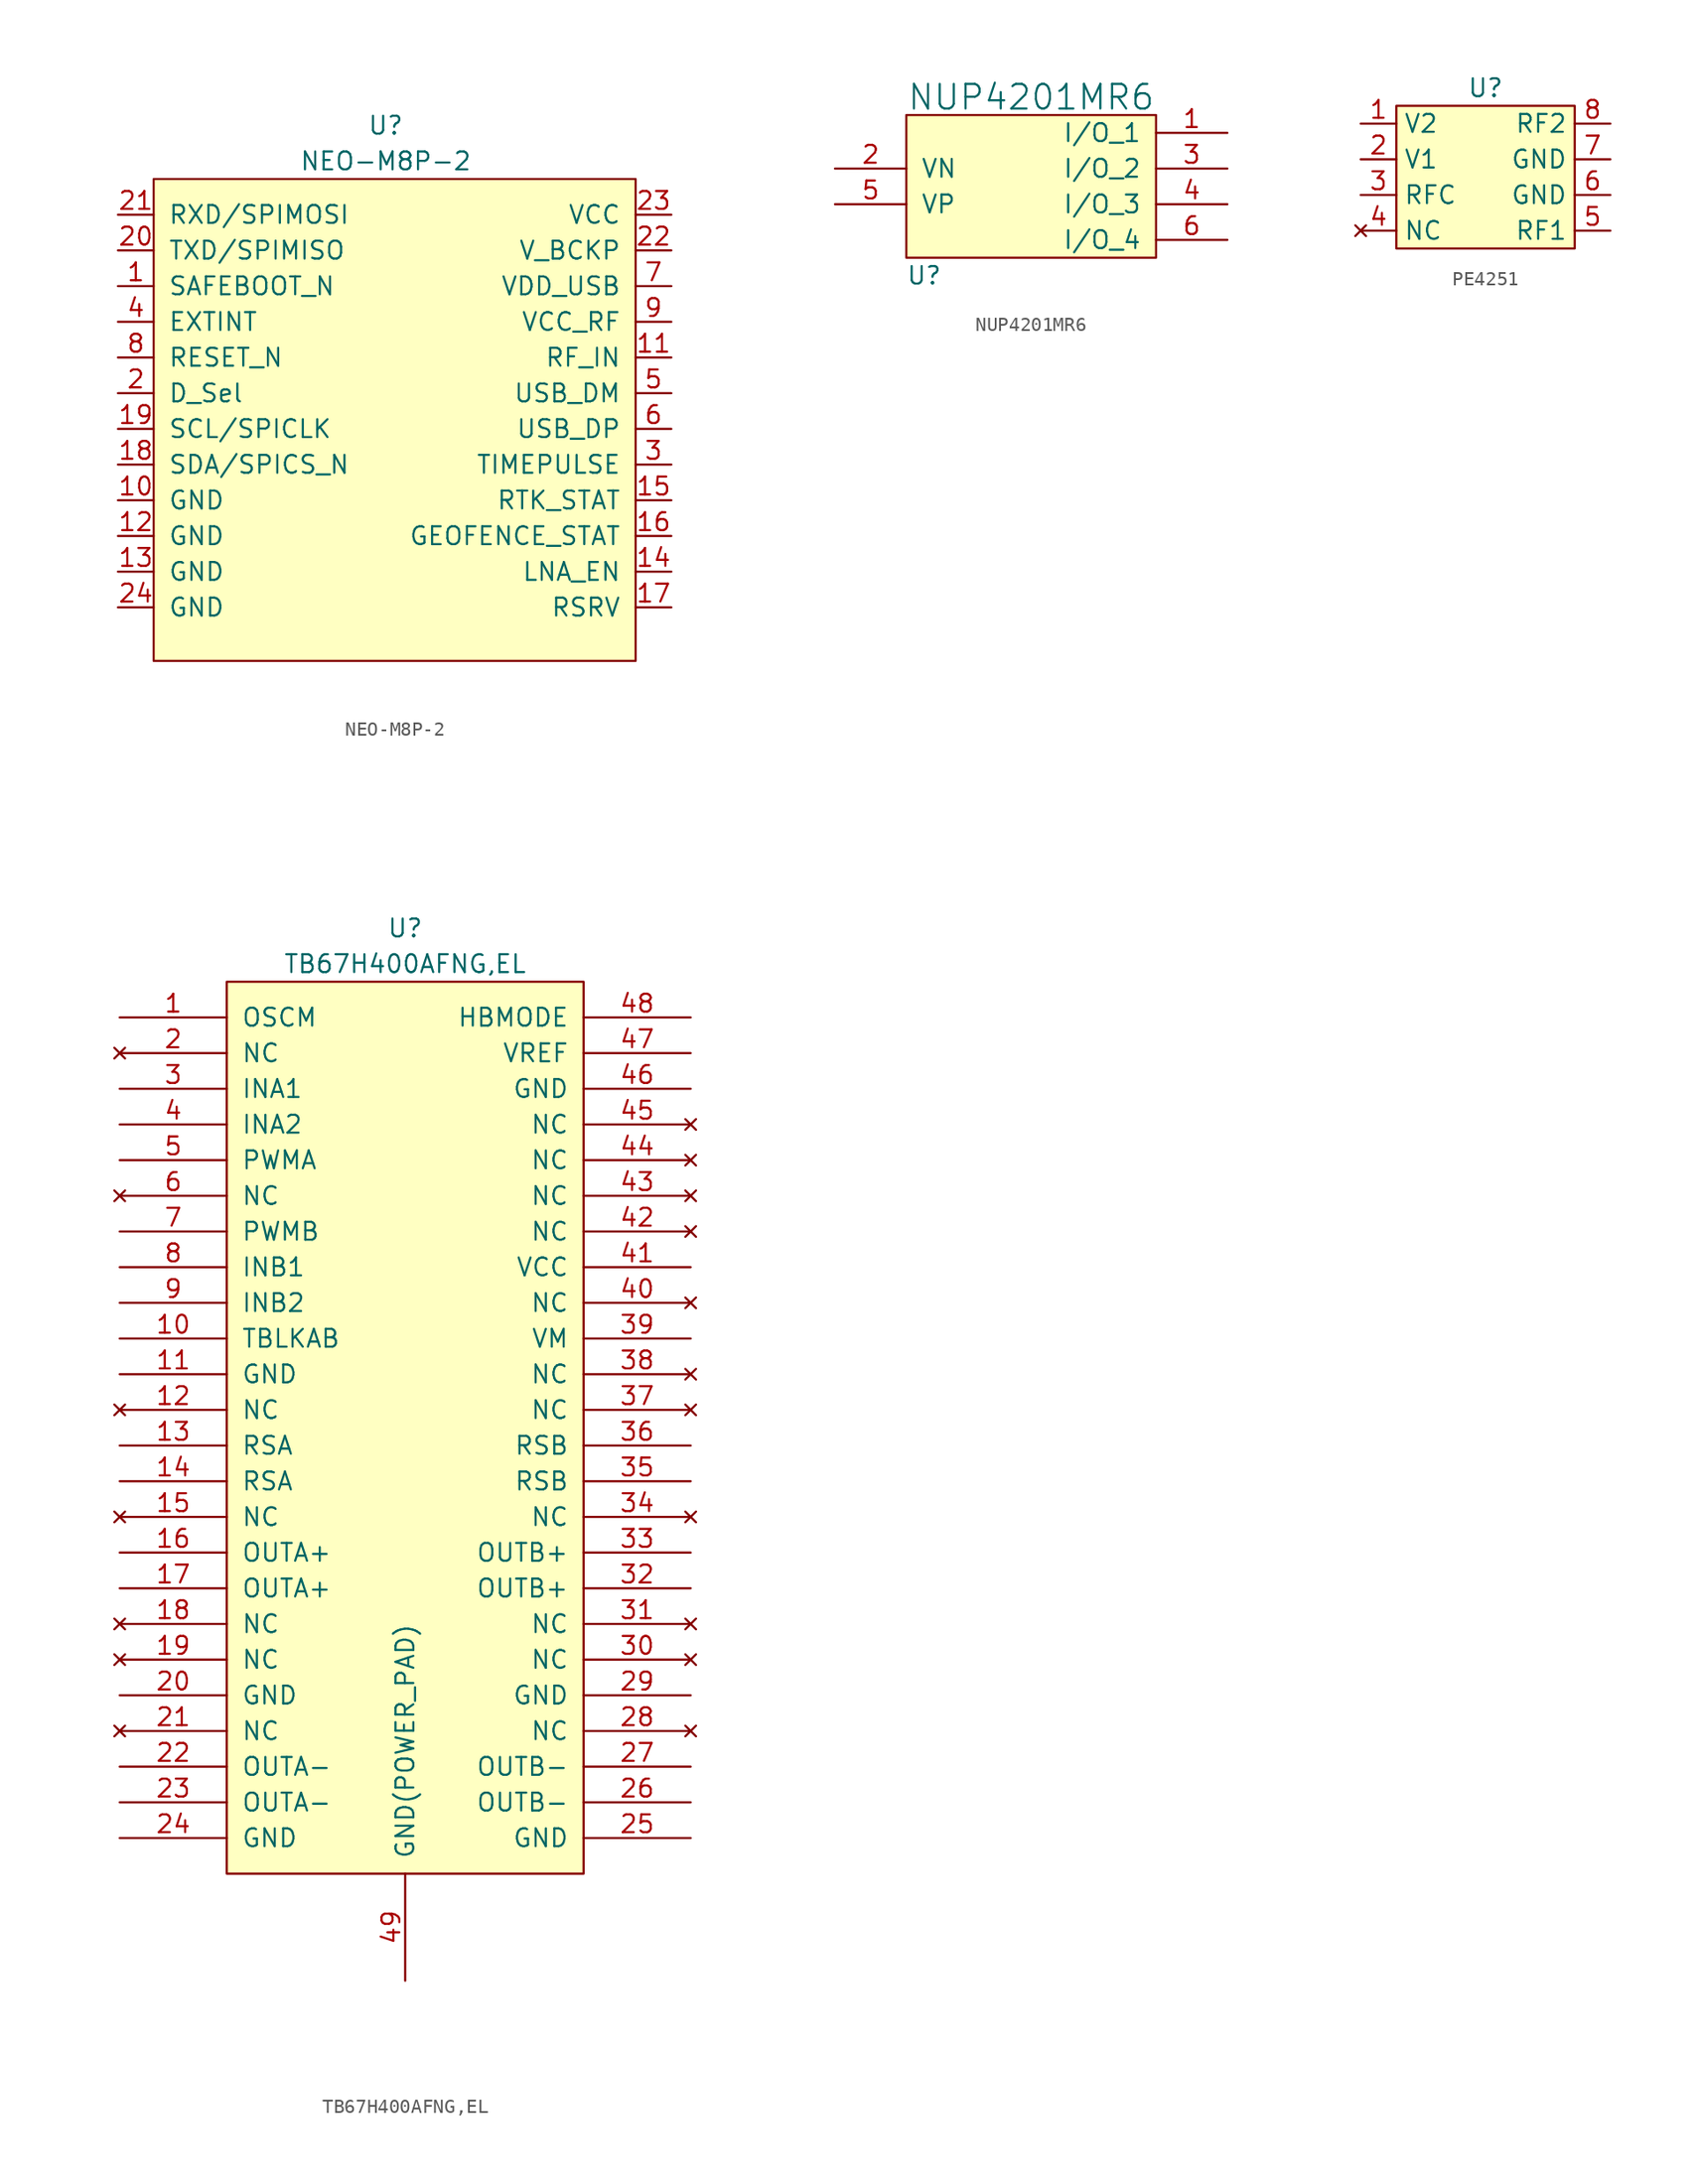
<source format=kicad_sym>
(kicad_symbol_lib
  (version 20220914)
  (generator kicad_symbol_editor)
  (symbol "NEO-M8P-2"
    (pin_names
      (offset 1.016))
    (property "Reference" "U"
      (at -1.27 19.05 0)
      (effects (font (size 1.27 1.27))))
    (property "Value" "NEO-M8P-2"
      (at -1.27 16.51 0)
      (effects (font (size 1.27 1.27))))
    (symbol "NEO-M8P-2_0_1"
      (rectangle (start -17.78 15.24) (end 16.51 -19.05) (stroke (width 0) (type default)) (fill (type background))))
    (symbol "NEO-M8P-2_1_1"
      (pin input line (at -20.32 7.62 0) (length 2.54) (name "SAFEBOOT_N" (effects (font (size 1.27 1.27)))) (number "1" (effects (font (size 1.27 1.27)))))
      (pin input line (at -20.32 -7.62 0) (length 2.54) (name "GND" (effects (font (size 1.27 1.27)))) (number "10" (effects (font (size 1.27 1.27)))))
      (pin input line (at 19.05 2.54 180) (length 2.54) (name "RF_IN" (effects (font (size 1.27 1.27)))) (number "11" (effects (font (size 1.27 1.27)))))
      (pin input line (at -20.32 -10.16 0) (length 2.54) (name "GND" (effects (font (size 1.27 1.27)))) (number "12" (effects (font (size 1.27 1.27)))))
      (pin input line (at -20.32 -12.7 0) (length 2.54) (name "GND" (effects (font (size 1.27 1.27)))) (number "13" (effects (font (size 1.27 1.27)))))
      (pin output line (at 19.05 -12.7 180) (length 2.54) (name "LNA_EN" (effects (font (size 1.27 1.27)))) (number "14" (effects (font (size 1.27 1.27)))))
      (pin output line (at 19.05 -7.62 180) (length 2.54) (name "RTK_STAT" (effects (font (size 1.27 1.27)))) (number "15" (effects (font (size 1.27 1.27)))))
      (pin output line (at 19.05 -10.16 180) (length 2.54) (name "GEOFENCE_STAT" (effects (font (size 1.27 1.27)))) (number "16" (effects (font (size 1.27 1.27)))))
      (pin passive line (at 19.05 -15.24 180) (length 2.54) (name "RSRV" (effects (font (size 1.27 1.27)))) (number "17" (effects (font (size 1.27 1.27)))))
      (pin input line (at -20.32 -5.08 0) (length 2.54) (name "SDA/SPICS_N" (effects (font (size 1.27 1.27)))) (number "18" (effects (font (size 1.27 1.27)))))
      (pin input line (at -20.32 -2.54 0) (length 2.54) (name "SCL/SPICLK" (effects (font (size 1.27 1.27)))) (number "19" (effects (font (size 1.27 1.27)))))
      (pin input line (at -20.32 0 0) (length 2.54) (name "D_Sel" (effects (font (size 1.27 1.27)))) (number "2" (effects (font (size 1.27 1.27)))))
      (pin input line (at -20.32 10.16 0) (length 2.54) (name "TXD/SPIMISO" (effects (font (size 1.27 1.27)))) (number "20" (effects (font (size 1.27 1.27)))))
      (pin input line (at -20.32 12.7 0) (length 2.54) (name "RXD/SPIMOSI" (effects (font (size 1.27 1.27)))) (number "21" (effects (font (size 1.27 1.27)))))
      (pin input line (at 19.05 10.16 180) (length 2.54) (name "V_BCKP" (effects (font (size 1.27 1.27)))) (number "22" (effects (font (size 1.27 1.27)))))
      (pin input line (at 19.05 12.7 180) (length 2.54) (name "VCC" (effects (font (size 1.27 1.27)))) (number "23" (effects (font (size 1.27 1.27)))))
      (pin input line (at -20.32 -15.24 0) (length 2.54) (name "GND" (effects (font (size 1.27 1.27)))) (number "24" (effects (font (size 1.27 1.27)))))
      (pin output line (at 19.05 -5.08 180) (length 2.54) (name "TIMEPULSE" (effects (font (size 1.27 1.27)))) (number "3" (effects (font (size 1.27 1.27)))))
      (pin input line (at -20.32 5.08 0) (length 2.54) (name "EXTINT" (effects (font (size 1.27 1.27)))) (number "4" (effects (font (size 1.27 1.27)))))
      (pin bidirectional line (at 19.05 0 180) (length 2.54) (name "USB_DM" (effects (font (size 1.27 1.27)))) (number "5" (effects (font (size 1.27 1.27)))))
      (pin bidirectional line (at 19.05 -2.54 180) (length 2.54) (name "USB_DP" (effects (font (size 1.27 1.27)))) (number "6" (effects (font (size 1.27 1.27)))))
      (pin input line (at 19.05 7.62 180) (length 2.54) (name "VDD_USB" (effects (font (size 1.27 1.27)))) (number "7" (effects (font (size 1.27 1.27)))))
      (pin input line (at -20.32 2.54 0) (length 2.54) (name "RESET_N" (effects (font (size 1.27 1.27)))) (number "8" (effects (font (size 1.27 1.27)))))
      (pin output line (at 19.05 5.08 180) (length 2.54) (name "VCC_RF" (effects (font (size 1.27 1.27)))) (number "9" (effects (font (size 1.27 1.27)))))))
  (symbol "NUP4201MR6"
    (pin_names
      (offset 1.016))
    (property "Reference" "U"
      (at 1.27 -1.27 0)
      (effects (font (size 1.245 1.245))))
    (property "Value" "NUP4201MR6"
      (at 8.89 11.43 0)
      (effects (font (size 1.753 1.753))))
    (symbol "NUP4201MR6_0_1"
      (rectangle (start 0 10.16) (end 17.78 0) (stroke (width 0) (type default)) (fill (type background))))
    (symbol "NUP4201MR6_1_1"
      (pin input line (at 22.86 8.89 180) (length 5.08) (name "I/O_1" (effects (font (size 1.27 1.27)))) (number "1" (effects (font (size 1.27 1.27)))))
      (pin input line (at -5.08 6.35 0) (length 5.08) (name "VN" (effects (font (size 1.27 1.27)))) (number "2" (effects (font (size 1.27 1.27)))))
      (pin input line (at 22.86 6.35 180) (length 5.08) (name "I/O_2" (effects (font (size 1.27 1.27)))) (number "3" (effects (font (size 1.27 1.27)))))
      (pin input line (at 22.86 3.81 180) (length 5.08) (name "I/O_3" (effects (font (size 1.27 1.27)))) (number "4" (effects (font (size 1.27 1.27)))))
      (pin input line (at -5.08 3.81 0) (length 5.08) (name "VP" (effects (font (size 1.27 1.27)))) (number "5" (effects (font (size 1.27 1.27)))))
      (pin input line (at 22.86 1.27 180) (length 5.08) (name "I/O_4" (effects (font (size 1.27 1.27)))) (number "6" (effects (font (size 1.27 1.27)))))))
  (symbol "PE4251"
    (property "Reference" "U"
      (at 0 6.35 0)
      (effects (font (size 1.27 1.27))))
    (property "Value" ""
      (at 0 0 0)
      (effects (font (size 1.27 1.27))))
    (symbol "PE4251_1_1"
      (rectangle (start -6.35 5.08) (end 6.35 -5.08) (stroke (width 0) (type default)) (fill (type background)))
      (pin power_in line (at -8.89 3.81 0) (length 2.54) (name "V2" (effects (font (size 1.27 1.27)))) (number "1" (effects (font (size 1.27 1.27)))))
      (pin power_in line (at -8.89 1.27 0) (length 2.54) (name "V1" (effects (font (size 1.27 1.27)))) (number "2" (effects (font (size 1.27 1.27)))))
      (pin output line (at -8.89 -1.27 0) (length 2.54) (name "RFC" (effects (font (size 1.27 1.27)))) (number "3" (effects (font (size 1.27 1.27)))))
      (pin no_connect line (at -8.89 -3.81 0) (length 2.54) (name "NC" (effects (font (size 1.27 1.27)))) (number "4" (effects (font (size 1.27 1.27)))))
      (pin input line (at 8.89 -3.81 180) (length 2.54) (name "RF1" (effects (font (size 1.27 1.27)))) (number "5" (effects (font (size 1.27 1.27)))))
      (pin power_in line (at 8.89 -1.27 180) (length 2.54) (name "GND" (effects (font (size 1.27 1.27)))) (number "6" (effects (font (size 1.27 1.27)))))
      (pin power_in line (at 8.89 1.27 180) (length 2.54) (name "GND" (effects (font (size 1.27 1.27)))) (number "7" (effects (font (size 1.27 1.27)))))
      (pin power_in line (at 8.89 3.81 180) (length 2.54) (name "RF2" (effects (font (size 1.27 1.27)))) (number "8" (effects (font (size 1.27 1.27)))))))
  (symbol "TB67H400AFNG,EL"
    (pin_names
      (offset 1.016))
    (property "Reference" "U"
      (at 0 40.64 0)
      (effects (font (size 1.27 1.27))))
    (property "Value" "TB67H400AFNG,EL"
      (at 0 38.1 0)
      (effects (font (size 1.27 1.27))))
    (symbol "TB67H400AFNG,EL_0_1"
      (rectangle (start -12.7 36.83) (end 12.7 -26.67) (stroke (width 0) (type default)) (fill (type background))))
    (symbol "TB67H400AFNG,EL_1_1"
      (pin input line (at -20.32 34.29 0) (length 7.62) (name "OSCM" (effects (font (size 1.27 1.27)))) (number "1" (effects (font (size 1.27 1.27)))))
      (pin input line (at -20.32 11.43 0) (length 7.62) (name "TBLKAB" (effects (font (size 1.27 1.27)))) (number "10" (effects (font (size 1.27 1.27)))))
      (pin power_in line (at -20.32 8.89 0) (length 7.62) (name "GND" (effects (font (size 1.27 1.27)))) (number "11" (effects (font (size 1.27 1.27)))))
      (pin no_connect line (at -20.32 6.35 0) (length 7.62) (name "NC" (effects (font (size 1.27 1.27)))) (number "12" (effects (font (size 1.27 1.27)))))
      (pin output line (at -20.32 3.81 0) (length 7.62) (name "RSA" (effects (font (size 1.27 1.27)))) (number "13" (effects (font (size 1.27 1.27)))))
      (pin output line (at -20.32 1.27 0) (length 7.62) (name "RSA" (effects (font (size 1.27 1.27)))) (number "14" (effects (font (size 1.27 1.27)))))
      (pin no_connect line (at -20.32 -1.27 0) (length 7.62) (name "NC" (effects (font (size 1.27 1.27)))) (number "15" (effects (font (size 1.27 1.27)))))
      (pin power_out line (at -20.32 -3.81 0) (length 7.62) (name "OUTA+" (effects (font (size 1.27 1.27)))) (number "16" (effects (font (size 1.27 1.27)))))
      (pin power_out line (at -20.32 -6.35 0) (length 7.62) (name "OUTA+" (effects (font (size 1.27 1.27)))) (number "17" (effects (font (size 1.27 1.27)))))
      (pin no_connect line (at -20.32 -8.89 0) (length 7.62) (name "NC" (effects (font (size 1.27 1.27)))) (number "18" (effects (font (size 1.27 1.27)))))
      (pin no_connect line (at -20.32 -11.43 0) (length 7.62) (name "NC" (effects (font (size 1.27 1.27)))) (number "19" (effects (font (size 1.27 1.27)))))
      (pin no_connect line (at -20.32 31.75 0) (length 7.62) (name "NC" (effects (font (size 1.27 1.27)))) (number "2" (effects (font (size 1.27 1.27)))))
      (pin power_in line (at -20.32 -13.97 0) (length 7.62) (name "GND" (effects (font (size 1.27 1.27)))) (number "20" (effects (font (size 1.27 1.27)))))
      (pin no_connect line (at -20.32 -16.51 0) (length 7.62) (name "NC" (effects (font (size 1.27 1.27)))) (number "21" (effects (font (size 1.27 1.27)))))
      (pin power_out line (at -20.32 -19.05 0) (length 7.62) (name "OUTA-" (effects (font (size 1.27 1.27)))) (number "22" (effects (font (size 1.27 1.27)))))
      (pin power_out line (at -20.32 -21.59 0) (length 7.62) (name "OUTA-" (effects (font (size 1.27 1.27)))) (number "23" (effects (font (size 1.27 1.27)))))
      (pin power_in line (at -20.32 -24.13 0) (length 7.62) (name "GND" (effects (font (size 1.27 1.27)))) (number "24" (effects (font (size 1.27 1.27)))))
      (pin power_in line (at 20.32 -24.13 180) (length 7.62) (name "GND" (effects (font (size 1.27 1.27)))) (number "25" (effects (font (size 1.27 1.27)))))
      (pin power_out line (at 20.32 -21.59 180) (length 7.62) (name "OUTB-" (effects (font (size 1.27 1.27)))) (number "26" (effects (font (size 1.27 1.27)))))
      (pin power_out line (at 20.32 -19.05 180) (length 7.62) (name "OUTB-" (effects (font (size 1.27 1.27)))) (number "27" (effects (font (size 1.27 1.27)))))
      (pin no_connect line (at 20.32 -16.51 180) (length 7.62) (name "NC" (effects (font (size 1.27 1.27)))) (number "28" (effects (font (size 1.27 1.27)))))
      (pin power_in line (at 20.32 -13.97 180) (length 7.62) (name "GND" (effects (font (size 1.27 1.27)))) (number "29" (effects (font (size 1.27 1.27)))))
      (pin input line (at -20.32 29.21 0) (length 7.62) (name "INA1" (effects (font (size 1.27 1.27)))) (number "3" (effects (font (size 1.27 1.27)))))
      (pin no_connect line (at 20.32 -11.43 180) (length 7.62) (name "NC" (effects (font (size 1.27 1.27)))) (number "30" (effects (font (size 1.27 1.27)))))
      (pin no_connect line (at 20.32 -8.89 180) (length 7.62) (name "NC" (effects (font (size 1.27 1.27)))) (number "31" (effects (font (size 1.27 1.27)))))
      (pin power_out line (at 20.32 -6.35 180) (length 7.62) (name "OUTB+" (effects (font (size 1.27 1.27)))) (number "32" (effects (font (size 1.27 1.27)))))
      (pin power_out line (at 20.32 -3.81 180) (length 7.62) (name "OUTB+" (effects (font (size 1.27 1.27)))) (number "33" (effects (font (size 1.27 1.27)))))
      (pin no_connect line (at 20.32 -1.27 180) (length 7.62) (name "NC" (effects (font (size 1.27 1.27)))) (number "34" (effects (font (size 1.27 1.27)))))
      (pin output line (at 20.32 1.27 180) (length 7.62) (name "RSB" (effects (font (size 1.27 1.27)))) (number "35" (effects (font (size 1.27 1.27)))))
      (pin output line (at 20.32 3.81 180) (length 7.62) (name "RSB" (effects (font (size 1.27 1.27)))) (number "36" (effects (font (size 1.27 1.27)))))
      (pin no_connect line (at 20.32 6.35 180) (length 7.62) (name "NC" (effects (font (size 1.27 1.27)))) (number "37" (effects (font (size 1.27 1.27)))))
      (pin no_connect line (at 20.32 8.89 180) (length 7.62) (name "NC" (effects (font (size 1.27 1.27)))) (number "38" (effects (font (size 1.27 1.27)))))
      (pin power_out line (at 20.32 11.43 180) (length 7.62) (name "VM" (effects (font (size 1.27 1.27)))) (number "39" (effects (font (size 1.27 1.27)))))
      (pin input line (at -20.32 26.67 0) (length 7.62) (name "INA2" (effects (font (size 1.27 1.27)))) (number "4" (effects (font (size 1.27 1.27)))))
      (pin no_connect line (at 20.32 13.97 180) (length 7.62) (name "NC" (effects (font (size 1.27 1.27)))) (number "40" (effects (font (size 1.27 1.27)))))
      (pin power_in line (at 20.32 16.51 180) (length 7.62) (name "VCC" (effects (font (size 1.27 1.27)))) (number "41" (effects (font (size 1.27 1.27)))))
      (pin no_connect line (at 20.32 19.05 180) (length 7.62) (name "NC" (effects (font (size 1.27 1.27)))) (number "42" (effects (font (size 1.27 1.27)))))
      (pin no_connect line (at 20.32 21.59 180) (length 7.62) (name "NC" (effects (font (size 1.27 1.27)))) (number "43" (effects (font (size 1.27 1.27)))))
      (pin no_connect line (at 20.32 24.13 180) (length 7.62) (name "NC" (effects (font (size 1.27 1.27)))) (number "44" (effects (font (size 1.27 1.27)))))
      (pin no_connect line (at 20.32 26.67 180) (length 7.62) (name "NC" (effects (font (size 1.27 1.27)))) (number "45" (effects (font (size 1.27 1.27)))))
      (pin power_in line (at 20.32 29.21 180) (length 7.62) (name "GND" (effects (font (size 1.27 1.27)))) (number "46" (effects (font (size 1.27 1.27)))))
      (pin power_in line (at 20.32 31.75 180) (length 7.62) (name "VREF" (effects (font (size 1.27 1.27)))) (number "47" (effects (font (size 1.27 1.27)))))
      (pin input line (at 20.32 34.29 180) (length 7.62) (name "HBMODE" (effects (font (size 1.27 1.27)))) (number "48" (effects (font (size 1.27 1.27)))))
      (pin power_in line (at 0 -34.29 90) (length 7.62) (name "GND(POWER_PAD)" (effects (font (size 1.27 1.27)))) (number "49" (effects (font (size 1.27 1.27)))))
      (pin input line (at -20.32 24.13 0) (length 7.62) (name "PWMA" (effects (font (size 1.27 1.27)))) (number "5" (effects (font (size 1.27 1.27)))))
      (pin no_connect line (at -20.32 21.59 0) (length 7.62) (name "NC" (effects (font (size 1.27 1.27)))) (number "6" (effects (font (size 1.27 1.27)))))
      (pin input line (at -20.32 19.05 0) (length 7.62) (name "PWMB" (effects (font (size 1.27 1.27)))) (number "7" (effects (font (size 1.27 1.27)))))
      (pin input line (at -20.32 16.51 0) (length 7.62) (name "INB1" (effects (font (size 1.27 1.27)))) (number "8" (effects (font (size 1.27 1.27)))))
      (pin input line (at -20.32 13.97 0) (length 7.62) (name "INB2" (effects (font (size 1.27 1.27)))) (number "9" (effects (font (size 1.27 1.27))))))))
</source>
